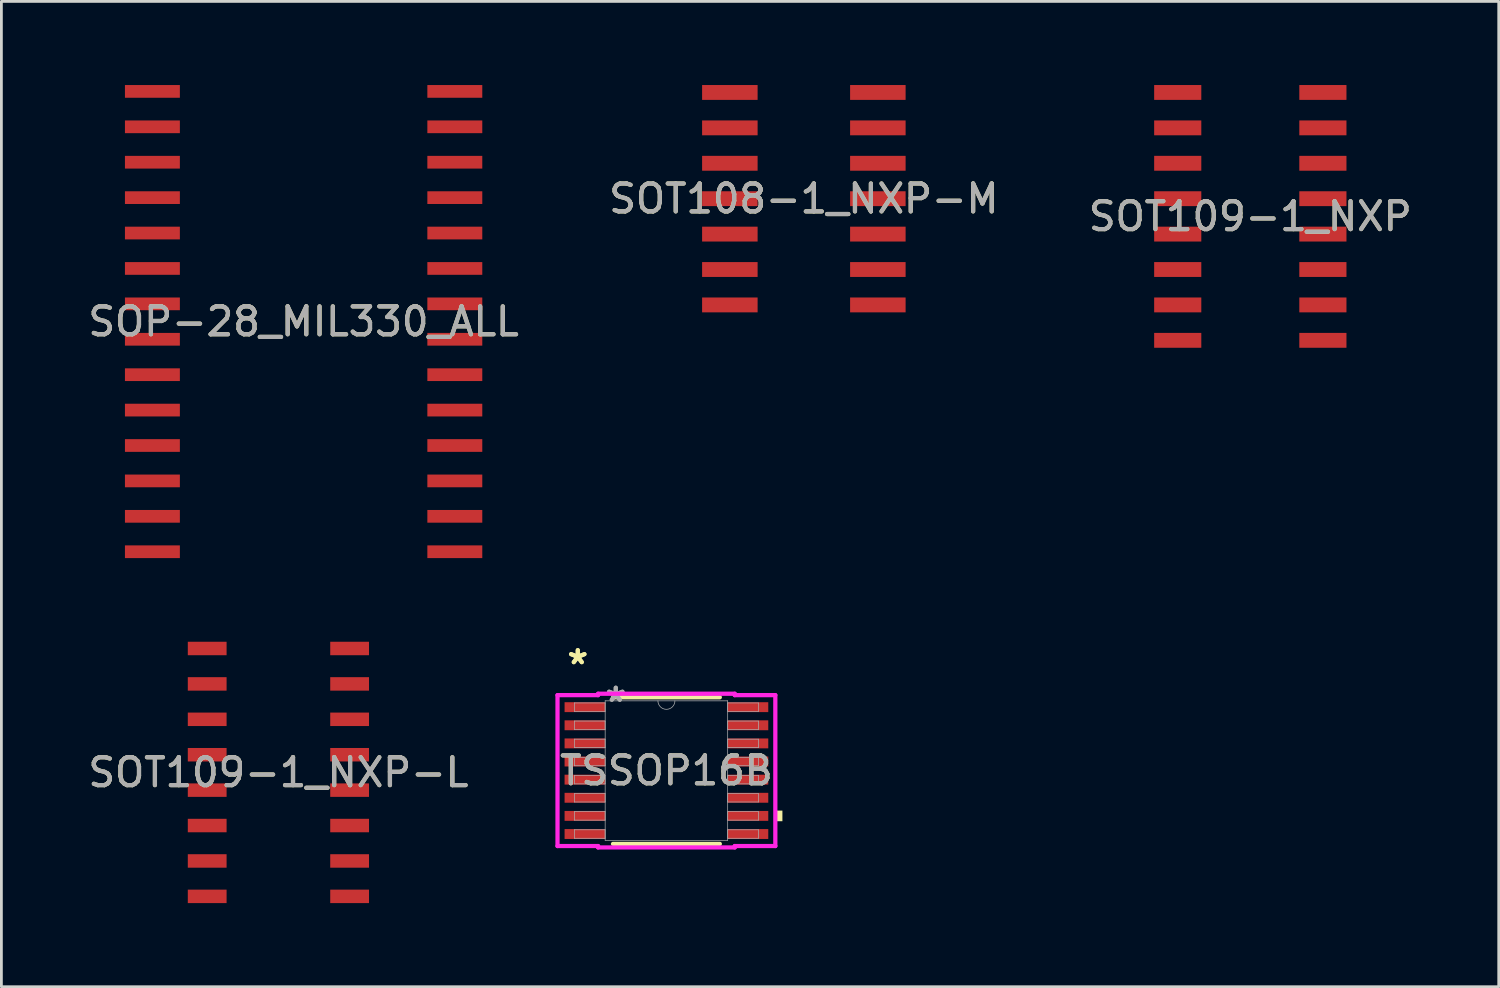
<source format=kicad_pcb>
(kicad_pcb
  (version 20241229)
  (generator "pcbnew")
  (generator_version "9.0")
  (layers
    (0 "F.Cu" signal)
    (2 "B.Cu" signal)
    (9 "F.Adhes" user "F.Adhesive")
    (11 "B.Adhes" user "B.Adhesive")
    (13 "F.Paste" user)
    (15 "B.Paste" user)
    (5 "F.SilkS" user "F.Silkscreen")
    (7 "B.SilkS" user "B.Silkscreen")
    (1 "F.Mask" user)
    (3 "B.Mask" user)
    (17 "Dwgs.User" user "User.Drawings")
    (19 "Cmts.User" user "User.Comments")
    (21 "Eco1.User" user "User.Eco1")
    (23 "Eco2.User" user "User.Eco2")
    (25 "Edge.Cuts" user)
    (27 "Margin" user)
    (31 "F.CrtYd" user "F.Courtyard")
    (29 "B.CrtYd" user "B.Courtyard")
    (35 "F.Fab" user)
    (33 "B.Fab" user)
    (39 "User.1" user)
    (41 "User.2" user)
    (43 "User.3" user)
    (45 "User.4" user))
  (footprint "SOT108-1_NXP-M"
    (layer "F.Cu")
    (at 25.78 4.076)
    (property "Reference" "SOT108-1_NXP-M" (at 0 0 0) (unlocked yes) (layer "F.SilkS") (effects (font (size 1 1) (thickness 0.15))))
    (attr smd)
    (fp_text user "${REFERENCE}" (at 0 0 0) (unlocked yes) (layer "F.Fab") (effects (font (size 1 1) (thickness 0.15))))
    (pad "1" smd rect (at -2.654 -3.81) (size 1.991 0.533) (layers "F.Cu" "F.Mask" "F.Paste"))
    (pad "2" smd rect (at -2.654 -2.54) (size 1.991 0.533) (layers "F.Cu" "F.Mask" "F.Paste"))
    (pad "3" smd rect (at -2.654 -1.27) (size 1.991 0.533) (layers "F.Cu" "F.Mask" "F.Paste"))
    (pad "4" smd rect (at -2.654 0) (size 1.991 0.533) (layers "F.Cu" "F.Mask" "F.Paste"))
    (pad "5" smd rect (at -2.654 1.27) (size 1.991 0.533) (layers "F.Cu" "F.Mask" "F.Paste"))
    (pad "6" smd rect (at -2.654 2.54) (size 1.991 0.533) (layers "F.Cu" "F.Mask" "F.Paste"))
    (pad "7" smd rect (at -2.654 3.81) (size 1.991 0.533) (layers "F.Cu" "F.Mask" "F.Paste"))
    (pad "8" smd rect (at 2.654 3.81) (size 1.991 0.533) (layers "F.Cu" "F.Mask" "F.Paste"))
    (pad "9" smd rect (at 2.654 2.54) (size 1.991 0.533) (layers "F.Cu" "F.Mask" "F.Paste"))
    (pad "10" smd rect (at 2.654 1.27) (size 1.991 0.533) (layers "F.Cu" "F.Mask" "F.Paste"))
    (pad "11" smd rect (at 2.654 0) (size 1.991 0.533) (layers "F.Cu" "F.Mask" "F.Paste"))
    (pad "12" smd rect (at 2.654 -1.27) (size 1.991 0.533) (layers "F.Cu" "F.Mask" "F.Paste"))
    (pad "13" smd rect (at 2.654 -2.54) (size 1.991 0.533) (layers "F.Cu" "F.Mask" "F.Paste"))
    (pad "14" smd rect (at 2.654 -3.81) (size 1.991 0.533) (layers "F.Cu" "F.Mask" "F.Paste")))
  (footprint "SOT109-1_NXP-L"
    (layer "F.Cu")
    (at 6.935 24.653)
    (property "Reference" "SOT109-1_NXP-L" (at 0 0 0) (unlocked yes) (layer "F.SilkS") (effects (font (size 1 1) (thickness 0.15))))
    (attr smd)
    (fp_text user "${REFERENCE}" (at 0 0 0) (unlocked yes) (layer "F.Fab") (effects (font (size 1 1) (thickness 0.15))))
    (pad "1" smd rect (at -2.554 -4.445) (size 1.391 0.483) (layers "F.Cu" "F.Mask" "F.Paste"))
    (pad "2" smd rect (at -2.554 -3.175) (size 1.391 0.483) (layers "F.Cu" "F.Mask" "F.Paste"))
    (pad "3" smd rect (at -2.554 -1.905) (size 1.391 0.483) (layers "F.Cu" "F.Mask" "F.Paste"))
    (pad "4" smd rect (at -2.554 -0.635) (size 1.391 0.483) (layers "F.Cu" "F.Mask" "F.Paste"))
    (pad "5" smd rect (at -2.554 0.635) (size 1.391 0.483) (layers "F.Cu" "F.Mask" "F.Paste"))
    (pad "6" smd rect (at -2.554 1.905) (size 1.391 0.483) (layers "F.Cu" "F.Mask" "F.Paste"))
    (pad "7" smd rect (at -2.554 3.175) (size 1.391 0.483) (layers "F.Cu" "F.Mask" "F.Paste"))
    (pad "8" smd rect (at -2.554 4.445) (size 1.391 0.483) (layers "F.Cu" "F.Mask" "F.Paste"))
    (pad "9" smd rect (at 2.554 4.445) (size 1.391 0.483) (layers "F.Cu" "F.Mask" "F.Paste"))
    (pad "10" smd rect (at 2.554 3.175) (size 1.391 0.483) (layers "F.Cu" "F.Mask" "F.Paste"))
    (pad "11" smd rect (at 2.554 1.905) (size 1.391 0.483) (layers "F.Cu" "F.Mask" "F.Paste"))
    (pad "12" smd rect (at 2.554 0.635) (size 1.391 0.483) (layers "F.Cu" "F.Mask" "F.Paste"))
    (pad "13" smd rect (at 2.554 -0.635) (size 1.391 0.483) (layers "F.Cu" "F.Mask" "F.Paste"))
    (pad "14" smd rect (at 2.554 -1.905) (size 1.391 0.483) (layers "F.Cu" "F.Mask" "F.Paste"))
    (pad "15" smd rect (at 2.554 -3.175) (size 1.391 0.483) (layers "F.Cu" "F.Mask" "F.Paste"))
    (pad "16" smd rect (at 2.554 -4.445) (size 1.391 0.483) (layers "F.Cu" "F.Mask" "F.Paste")))
  (footprint "TSSOP16B"
    (layer "F.Cu")
    (at 20.851 24.587)
    (property "Reference" "TSSOP16B" (at 0 0 0) (unlocked yes) (layer "F.SilkS") (effects (font (size 1 1) (thickness 0.15))))
    (attr smd)
    (fp_line (start -1.915 2.629) (end 1.915 2.629) (stroke (width 0.152) (type solid)) (layer "F.SilkS"))
    (fp_line (start 1.915 -2.629) (end -1.915 -2.629) (stroke (width 0.152) (type solid)) (layer "F.SilkS"))
    (fp_poly (pts (xy 4.16 1.435) (xy 4.16 1.816) (xy 3.906 1.816) (xy 3.906 1.435)) (stroke (width 0) (type solid)) (fill yes) (layer "F.SilkS"))
    (fp_line (start -3.906 -2.706) (end -2.451 -2.706) (stroke (width 0.152) (type solid)) (layer "F.CrtYd"))
    (fp_line (start -3.906 2.706) (end -3.906 -2.706) (stroke (width 0.152) (type solid)) (layer "F.CrtYd"))
    (fp_line (start -3.906 2.706) (end -2.451 2.706) (stroke (width 0.152) (type solid)) (layer "F.CrtYd"))
    (fp_line (start -2.451 -2.756) (end 2.451 -2.756) (stroke (width 0.152) (type solid)) (layer "F.CrtYd"))
    (fp_line (start -2.451 -2.706) (end -2.451 -2.756) (stroke (width 0.152) (type solid)) (layer "F.CrtYd"))
    (fp_line (start -2.451 2.756) (end -2.451 2.706) (stroke (width 0.152) (type solid)) (layer "F.CrtYd"))
    (fp_line (start 2.451 -2.756) (end 2.451 -2.706) (stroke (width 0.152) (type solid)) (layer "F.CrtYd"))
    (fp_line (start 2.451 2.706) (end 2.451 2.756) (stroke (width 0.152) (type solid)) (layer "F.CrtYd"))
    (fp_line (start 2.451 2.756) (end -2.451 2.756) (stroke (width 0.152) (type solid)) (layer "F.CrtYd"))
    (fp_line (start 3.906 -2.706) (end 2.451 -2.706) (stroke (width 0.152) (type solid)) (layer "F.CrtYd"))
    (fp_line (start 3.906 -2.706) (end 3.906 2.706) (stroke (width 0.152) (type solid)) (layer "F.CrtYd"))
    (fp_line (start 3.906 2.706) (end 2.451 2.706) (stroke (width 0.152) (type solid)) (layer "F.CrtYd"))
    (fp_line (start -3.302 -2.427) (end -3.302 -2.123) (stroke (width 0.025) (type solid)) (layer "F.Fab"))
    (fp_line (start -3.302 -2.123) (end -2.197 -2.123) (stroke (width 0.025) (type solid)) (layer "F.Fab"))
    (fp_line (start -3.302 -1.777) (end -3.302 -1.473) (stroke (width 0.025) (type solid)) (layer "F.Fab"))
    (fp_line (start -3.302 -1.473) (end -2.197 -1.473) (stroke (width 0.025) (type solid)) (layer "F.Fab"))
    (fp_line (start -3.302 -1.127) (end -3.302 -0.823) (stroke (width 0.025) (type solid)) (layer "F.Fab"))
    (fp_line (start -3.302 -0.823) (end -2.197 -0.823) (stroke (width 0.025) (type solid)) (layer "F.Fab"))
    (fp_line (start -3.302 -0.477) (end -3.302 -0.173) (stroke (width 0.025) (type solid)) (layer "F.Fab"))
    (fp_line (start -3.302 -0.173) (end -2.197 -0.173) (stroke (width 0.025) (type solid)) (layer "F.Fab"))
    (fp_line (start -3.302 0.173) (end -3.302 0.477) (stroke (width 0.025) (type solid)) (layer "F.Fab"))
    (fp_line (start -3.302 0.477) (end -2.197 0.477) (stroke (width 0.025) (type solid)) (layer "F.Fab"))
    (fp_line (start -3.302 0.823) (end -3.302 1.127) (stroke (width 0.025) (type solid)) (layer "F.Fab"))
    (fp_line (start -3.302 1.127) (end -2.197 1.127) (stroke (width 0.025) (type solid)) (layer "F.Fab"))
    (fp_line (start -3.302 1.473) (end -3.302 1.777) (stroke (width 0.025) (type solid)) (layer "F.Fab"))
    (fp_line (start -3.302 1.777) (end -2.197 1.777) (stroke (width 0.025) (type solid)) (layer "F.Fab"))
    (fp_line (start -3.302 2.123) (end -3.302 2.427) (stroke (width 0.025) (type solid)) (layer "F.Fab"))
    (fp_line (start -3.302 2.427) (end -2.197 2.427) (stroke (width 0.025) (type solid)) (layer "F.Fab"))
    (fp_line (start -2.197 -2.502) (end -2.197 2.502) (stroke (width 0.025) (type solid)) (layer "F.Fab"))
    (fp_line (start -2.197 -2.427) (end -3.302 -2.427) (stroke (width 0.025) (type solid)) (layer "F.Fab"))
    (fp_line (start -2.197 -2.123) (end -2.197 -2.427) (stroke (width 0.025) (type solid)) (layer "F.Fab"))
    (fp_line (start -2.197 -1.777) (end -3.302 -1.777) (stroke (width 0.025) (type solid)) (layer "F.Fab"))
    (fp_line (start -2.197 -1.473) (end -2.197 -1.777) (stroke (width 0.025) (type solid)) (layer "F.Fab"))
    (fp_line (start -2.197 -1.127) (end -3.302 -1.127) (stroke (width 0.025) (type solid)) (layer "F.Fab"))
    (fp_line (start -2.197 -0.823) (end -2.197 -1.127) (stroke (width 0.025) (type solid)) (layer "F.Fab"))
    (fp_line (start -2.197 -0.477) (end -3.302 -0.477) (stroke (width 0.025) (type solid)) (layer "F.Fab"))
    (fp_line (start -2.197 -0.173) (end -2.197 -0.477) (stroke (width 0.025) (type solid)) (layer "F.Fab"))
    (fp_line (start -2.197 0.173) (end -3.302 0.173) (stroke (width 0.025) (type solid)) (layer "F.Fab"))
    (fp_line (start -2.197 0.477) (end -2.197 0.173) (stroke (width 0.025) (type solid)) (layer "F.Fab"))
    (fp_line (start -2.197 0.823) (end -3.302 0.823) (stroke (width 0.025) (type solid)) (layer "F.Fab"))
    (fp_line (start -2.197 1.127) (end -2.197 0.823) (stroke (width 0.025) (type solid)) (layer "F.Fab"))
    (fp_line (start -2.197 1.473) (end -3.302 1.473) (stroke (width 0.025) (type solid)) (layer "F.Fab"))
    (fp_line (start -2.197 1.777) (end -2.197 1.473) (stroke (width 0.025) (type solid)) (layer "F.Fab"))
    (fp_line (start -2.197 2.123) (end -3.302 2.123) (stroke (width 0.025) (type solid)) (layer "F.Fab"))
    (fp_line (start -2.197 2.427) (end -2.197 2.123) (stroke (width 0.025) (type solid)) (layer "F.Fab"))
    (fp_line (start -2.197 2.502) (end 2.197 2.502) (stroke (width 0.025) (type solid)) (layer "F.Fab"))
    (fp_line (start 2.197 -2.502) (end -2.197 -2.502) (stroke (width 0.025) (type solid)) (layer "F.Fab"))
    (fp_line (start 2.197 -2.427) (end 2.197 -2.123) (stroke (width 0.025) (type solid)) (layer "F.Fab"))
    (fp_line (start 2.197 -2.123) (end 3.302 -2.123) (stroke (width 0.025) (type solid)) (layer "F.Fab"))
    (fp_line (start 2.197 -1.777) (end 2.197 -1.473) (stroke (width 0.025) (type solid)) (layer "F.Fab"))
    (fp_line (start 2.197 -1.473) (end 3.302 -1.473) (stroke (width 0.025) (type solid)) (layer "F.Fab"))
    (fp_line (start 2.197 -1.127) (end 2.197 -0.823) (stroke (width 0.025) (type solid)) (layer "F.Fab"))
    (fp_line (start 2.197 -0.823) (end 3.302 -0.823) (stroke (width 0.025) (type solid)) (layer "F.Fab"))
    (fp_line (start 2.197 -0.477) (end 2.197 -0.173) (stroke (width 0.025) (type solid)) (layer "F.Fab"))
    (fp_line (start 2.197 -0.173) (end 3.302 -0.173) (stroke (width 0.025) (type solid)) (layer "F.Fab"))
    (fp_line (start 2.197 0.173) (end 2.197 0.477) (stroke (width 0.025) (type solid)) (layer "F.Fab"))
    (fp_line (start 2.197 0.477) (end 3.302 0.477) (stroke (width 0.025) (type solid)) (layer "F.Fab"))
    (fp_line (start 2.197 0.823) (end 2.197 1.127) (stroke (width 0.025) (type solid)) (layer "F.Fab"))
    (fp_line (start 2.197 1.127) (end 3.302 1.127) (stroke (width 0.025) (type solid)) (layer "F.Fab"))
    (fp_line (start 2.197 1.473) (end 2.197 1.777) (stroke (width 0.025) (type solid)) (layer "F.Fab"))
    (fp_line (start 2.197 1.777) (end 3.302 1.777) (stroke (width 0.025) (type solid)) (layer "F.Fab"))
    (fp_line (start 2.197 2.123) (end 2.197 2.427) (stroke (width 0.025) (type solid)) (layer "F.Fab"))
    (fp_line (start 2.197 2.427) (end 3.302 2.427) (stroke (width 0.025) (type solid)) (layer "F.Fab"))
    (fp_line (start 2.197 2.502) (end 2.197 -2.502) (stroke (width 0.025) (type solid)) (layer "F.Fab"))
    (fp_line (start 3.302 -2.427) (end 2.197 -2.427) (stroke (width 0.025) (type solid)) (layer "F.Fab"))
    (fp_line (start 3.302 -2.123) (end 3.302 -2.427) (stroke (width 0.025) (type solid)) (layer "F.Fab"))
    (fp_line (start 3.302 -1.777) (end 2.197 -1.777) (stroke (width 0.025) (type solid)) (layer "F.Fab"))
    (fp_line (start 3.302 -1.473) (end 3.302 -1.777) (stroke (width 0.025) (type solid)) (layer "F.Fab"))
    (fp_line (start 3.302 -1.127) (end 2.197 -1.127) (stroke (width 0.025) (type solid)) (layer "F.Fab"))
    (fp_line (start 3.302 -0.823) (end 3.302 -1.127) (stroke (width 0.025) (type solid)) (layer "F.Fab"))
    (fp_line (start 3.302 -0.477) (end 2.197 -0.477) (stroke (width 0.025) (type solid)) (layer "F.Fab"))
    (fp_line (start 3.302 -0.173) (end 3.302 -0.477) (stroke (width 0.025) (type solid)) (layer "F.Fab"))
    (fp_line (start 3.302 0.173) (end 2.197 0.173) (stroke (width 0.025) (type solid)) (layer "F.Fab"))
    (fp_line (start 3.302 0.477) (end 3.302 0.173) (stroke (width 0.025) (type solid)) (layer "F.Fab"))
    (fp_line (start 3.302 0.823) (end 2.197 0.823) (stroke (width 0.025) (type solid)) (layer "F.Fab"))
    (fp_line (start 3.302 1.127) (end 3.302 0.823) (stroke (width 0.025) (type solid)) (layer "F.Fab"))
    (fp_line (start 3.302 1.473) (end 2.197 1.473) (stroke (width 0.025) (type solid)) (layer "F.Fab"))
    (fp_line (start 3.302 1.777) (end 3.302 1.473) (stroke (width 0.025) (type solid)) (layer "F.Fab"))
    (fp_line (start 3.302 2.123) (end 2.197 2.123) (stroke (width 0.025) (type solid)) (layer "F.Fab"))
    (fp_line (start 3.302 2.427) (end 3.302 2.123) (stroke (width 0.025) (type solid)) (layer "F.Fab"))
    (fp_arc (start 0.3048 -2.5019) (mid 0 -2.1971) (end -0.3048 -2.5019) (stroke (width 0.0254) (type solid)) (layer "F.Fab"))
    (fp_text user "*" (at -3.179 -3.773 0) (unlocked yes) (layer "F.SilkS") (effects (font (size 1 1) (thickness 0.15))))
    (fp_text user "*" (at -3.179 -3.773 0) (layer "F.SilkS") (effects (font (size 1 1) (thickness 0.15))))
    (fp_text user "*" (at -1.816 -2.426 0) (unlocked yes) (layer "F.Fab") (effects (font (size 1 1) (thickness 0.15))))
    (fp_text user "${REFERENCE}" (at 0 0 0) (unlocked yes) (layer "F.Fab") (effects (font (size 1 1) (thickness 0.15))))
    (fp_text user "*" (at -1.816 -2.426 0) (layer "F.Fab") (effects (font (size 1 1) (thickness 0.15))))
    (pad "1" smd rect (at -2.925 -2.275) (size 1.455 0.355) (layers "F.Cu" "F.Mask" "F.Paste"))
    (pad "2" smd rect (at -2.925 -1.625) (size 1.455 0.355) (layers "F.Cu" "F.Mask" "F.Paste"))
    (pad "3" smd rect (at -2.925 -0.975) (size 1.455 0.355) (layers "F.Cu" "F.Mask" "F.Paste"))
    (pad "4" smd rect (at -2.925 -0.325) (size 1.455 0.355) (layers "F.Cu" "F.Mask" "F.Paste"))
    (pad "5" smd rect (at -2.925 0.325) (size 1.455 0.355) (layers "F.Cu" "F.Mask" "F.Paste"))
    (pad "6" smd rect (at -2.925 0.975) (size 1.455 0.355) (layers "F.Cu" "F.Mask" "F.Paste"))
    (pad "7" smd rect (at -2.925 1.625) (size 1.455 0.355) (layers "F.Cu" "F.Mask" "F.Paste"))
    (pad "8" smd rect (at -2.925 2.275) (size 1.455 0.355) (layers "F.Cu" "F.Mask" "F.Paste"))
    (pad "9" smd rect (at 2.925 2.275) (size 1.455 0.355) (layers "F.Cu" "F.Mask" "F.Paste"))
    (pad "10" smd rect (at 2.925 1.625) (size 1.455 0.355) (layers "F.Cu" "F.Mask" "F.Paste"))
    (pad "11" smd rect (at 2.925 0.975) (size 1.455 0.355) (layers "F.Cu" "F.Mask" "F.Paste"))
    (pad "12" smd rect (at 2.925 0.325) (size 1.455 0.355) (layers "F.Cu" "F.Mask" "F.Paste"))
    (pad "13" smd rect (at 2.925 -0.325) (size 1.455 0.355) (layers "F.Cu" "F.Mask" "F.Paste"))
    (pad "14" smd rect (at 2.925 -0.975) (size 1.455 0.355) (layers "F.Cu" "F.Mask" "F.Paste"))
    (pad "15" smd rect (at 2.925 -1.625) (size 1.455 0.355) (layers "F.Cu" "F.Mask" "F.Paste"))
    (pad "16" smd rect (at 2.925 -2.275) (size 1.455 0.355) (layers "F.Cu" "F.Mask" "F.Paste")))
  (footprint "SOP-28_MIL330_ALL"
    (layer "F.Cu")
    (at 7.839 8.483)
    (property "Reference" "SOP-28_MIL330_ALL" (at 0 0 0) (unlocked yes) (layer "F.SilkS") (effects (font (size 1 1) (thickness 0.15))))
    (attr smd)
    (fp_text user "${REFERENCE}" (at 0 0 0) (unlocked yes) (layer "F.Fab") (effects (font (size 1 1) (thickness 0.15))))
    (pad "1" smd rect (at -5.423 -8.255) (size 1.97 0.456) (layers "F.Cu" "F.Mask" "F.Paste"))
    (pad "2" smd rect (at -5.423 -6.985) (size 1.97 0.456) (layers "F.Cu" "F.Mask" "F.Paste"))
    (pad "3" smd rect (at -5.423 -5.715) (size 1.97 0.456) (layers "F.Cu" "F.Mask" "F.Paste"))
    (pad "4" smd rect (at -5.423 -4.445) (size 1.97 0.456) (layers "F.Cu" "F.Mask" "F.Paste"))
    (pad "5" smd rect (at -5.423 -3.175) (size 1.97 0.456) (layers "F.Cu" "F.Mask" "F.Paste"))
    (pad "6" smd rect (at -5.423 -1.905) (size 1.97 0.456) (layers "F.Cu" "F.Mask" "F.Paste"))
    (pad "7" smd rect (at -5.423 -0.635) (size 1.97 0.456) (layers "F.Cu" "F.Mask" "F.Paste"))
    (pad "8" smd rect (at -5.423 0.635) (size 1.97 0.456) (layers "F.Cu" "F.Mask" "F.Paste"))
    (pad "9" smd rect (at -5.423 1.905) (size 1.97 0.456) (layers "F.Cu" "F.Mask" "F.Paste"))
    (pad "10" smd rect (at -5.423 3.175) (size 1.97 0.456) (layers "F.Cu" "F.Mask" "F.Paste"))
    (pad "11" smd rect (at -5.423 4.445) (size 1.97 0.456) (layers "F.Cu" "F.Mask" "F.Paste"))
    (pad "12" smd rect (at -5.423 5.715) (size 1.97 0.456) (layers "F.Cu" "F.Mask" "F.Paste"))
    (pad "13" smd rect (at -5.423 6.985) (size 1.97 0.456) (layers "F.Cu" "F.Mask" "F.Paste"))
    (pad "14" smd rect (at -5.423 8.255) (size 1.97 0.456) (layers "F.Cu" "F.Mask" "F.Paste"))
    (pad "15" smd rect (at 5.423 8.255) (size 1.97 0.456) (layers "F.Cu" "F.Mask" "F.Paste"))
    (pad "16" smd rect (at 5.423 6.985) (size 1.97 0.456) (layers "F.Cu" "F.Mask" "F.Paste"))
    (pad "17" smd rect (at 5.423 5.715) (size 1.97 0.456) (layers "F.Cu" "F.Mask" "F.Paste"))
    (pad "18" smd rect (at 5.423 4.445) (size 1.97 0.456) (layers "F.Cu" "F.Mask" "F.Paste"))
    (pad "19" smd rect (at 5.423 3.175) (size 1.97 0.456) (layers "F.Cu" "F.Mask" "F.Paste"))
    (pad "20" smd rect (at 5.423 1.905) (size 1.97 0.456) (layers "F.Cu" "F.Mask" "F.Paste"))
    (pad "21" smd rect (at 5.423 0.635) (size 1.97 0.456) (layers "F.Cu" "F.Mask" "F.Paste"))
    (pad "22" smd rect (at 5.423 -0.635) (size 1.97 0.456) (layers "F.Cu" "F.Mask" "F.Paste"))
    (pad "23" smd rect (at 5.423 -1.905) (size 1.97 0.456) (layers "F.Cu" "F.Mask" "F.Paste"))
    (pad "24" smd rect (at 5.423 -3.175) (size 1.97 0.456) (layers "F.Cu" "F.Mask" "F.Paste"))
    (pad "25" smd rect (at 5.423 -4.445) (size 1.97 0.456) (layers "F.Cu" "F.Mask" "F.Paste"))
    (pad "26" smd rect (at 5.423 -5.715) (size 1.97 0.456) (layers "F.Cu" "F.Mask" "F.Paste"))
    (pad "27" smd rect (at 5.423 -6.985) (size 1.97 0.456) (layers "F.Cu" "F.Mask" "F.Paste"))
    (pad "28" smd rect (at 5.423 -8.255) (size 1.97 0.456) (layers "F.Cu" "F.Mask" "F.Paste")))
  (footprint "SOT109-1_NXP"
    (layer "F.Cu")
    (at 41.792 4.711)
    (property "Reference" "SOT109-1_NXP" (at 0 0 0) (unlocked yes) (layer "F.SilkS") (effects (font (size 1 1) (thickness 0.15))))
    (attr smd)
    (fp_text user "${REFERENCE}" (at 0 0 0) (unlocked yes) (layer "F.Fab") (effects (font (size 1 1) (thickness 0.15))))
    (pad "1" smd rect (at -2.603 -4.445) (size 1.691 0.533) (layers "F.Cu" "F.Mask" "F.Paste"))
    (pad "2" smd rect (at -2.603 -3.175) (size 1.691 0.533) (layers "F.Cu" "F.Mask" "F.Paste"))
    (pad "3" smd rect (at -2.603 -1.905) (size 1.691 0.533) (layers "F.Cu" "F.Mask" "F.Paste"))
    (pad "4" smd rect (at -2.603 -0.635) (size 1.691 0.533) (layers "F.Cu" "F.Mask" "F.Paste"))
    (pad "5" smd rect (at -2.603 0.635) (size 1.691 0.533) (layers "F.Cu" "F.Mask" "F.Paste"))
    (pad "6" smd rect (at -2.603 1.905) (size 1.691 0.533) (layers "F.Cu" "F.Mask" "F.Paste"))
    (pad "7" smd rect (at -2.603 3.175) (size 1.691 0.533) (layers "F.Cu" "F.Mask" "F.Paste"))
    (pad "8" smd rect (at -2.603 4.445) (size 1.691 0.533) (layers "F.Cu" "F.Mask" "F.Paste"))
    (pad "9" smd rect (at 2.603 4.445) (size 1.691 0.533) (layers "F.Cu" "F.Mask" "F.Paste"))
    (pad "10" smd rect (at 2.603 3.175) (size 1.691 0.533) (layers "F.Cu" "F.Mask" "F.Paste"))
    (pad "11" smd rect (at 2.603 1.905) (size 1.691 0.533) (layers "F.Cu" "F.Mask" "F.Paste"))
    (pad "12" smd rect (at 2.603 0.635) (size 1.691 0.533) (layers "F.Cu" "F.Mask" "F.Paste"))
    (pad "13" smd rect (at 2.603 -0.635) (size 1.691 0.533) (layers "F.Cu" "F.Mask" "F.Paste"))
    (pad "14" smd rect (at 2.603 -1.905) (size 1.691 0.533) (layers "F.Cu" "F.Mask" "F.Paste"))
    (pad "15" smd rect (at 2.603 -3.175) (size 1.691 0.533) (layers "F.Cu" "F.Mask" "F.Paste"))
    (pad "16" smd rect (at 2.603 -4.445) (size 1.691 0.533) (layers "F.Cu" "F.Mask" "F.Paste")))
  (gr_rect
    (start -3 -3)
    (end 50.702 32.339)
    (stroke (width 0.1) (type default))
    (fill no)
    (layer "Edge.Cuts")))
</source>
